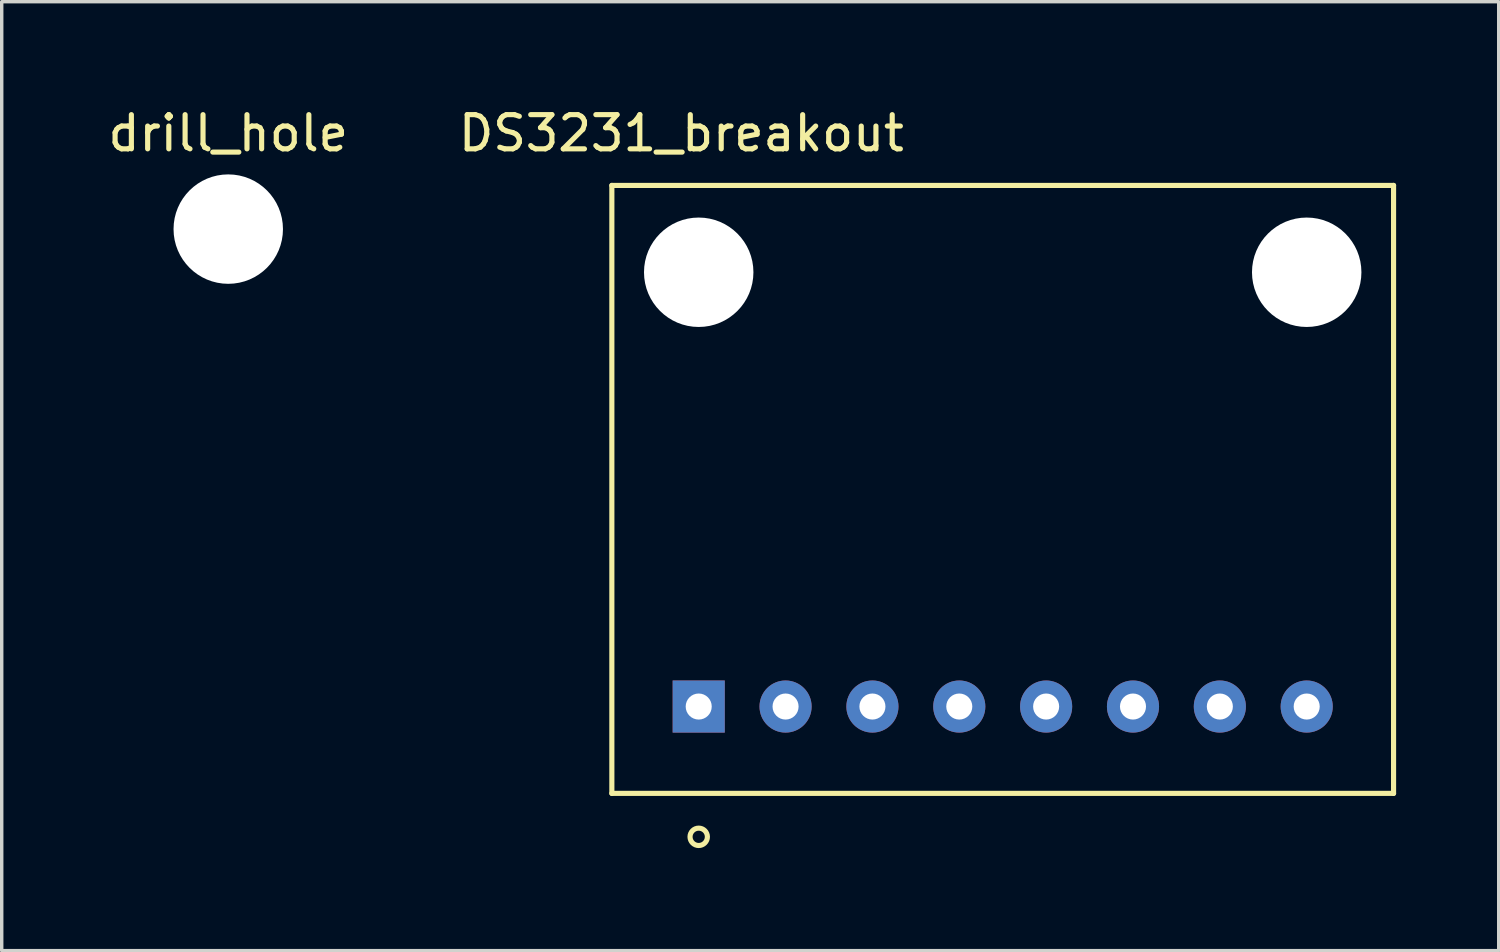
<source format=kicad_pcb>
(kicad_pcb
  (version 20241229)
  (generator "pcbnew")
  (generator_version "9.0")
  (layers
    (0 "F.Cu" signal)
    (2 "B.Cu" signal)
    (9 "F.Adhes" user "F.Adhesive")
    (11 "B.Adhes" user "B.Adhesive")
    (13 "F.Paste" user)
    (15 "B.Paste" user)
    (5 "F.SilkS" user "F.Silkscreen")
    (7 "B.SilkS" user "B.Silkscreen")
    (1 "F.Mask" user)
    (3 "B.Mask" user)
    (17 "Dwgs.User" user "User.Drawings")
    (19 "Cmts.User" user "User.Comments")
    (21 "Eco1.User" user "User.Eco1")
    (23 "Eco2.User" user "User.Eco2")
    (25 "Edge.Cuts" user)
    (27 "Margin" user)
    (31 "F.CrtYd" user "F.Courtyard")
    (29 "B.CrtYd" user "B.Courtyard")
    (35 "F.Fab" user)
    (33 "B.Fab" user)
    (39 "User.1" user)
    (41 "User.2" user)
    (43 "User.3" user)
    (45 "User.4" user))
  (footprint "drill_hole"
    (layer "F.Cu")
    (at 3.625 3.65)
    (property "Reference" "drill_hole" (at 0 -2.802 0) (layer "F.SilkS") (effects (font (size 1 1) (thickness 0.15))))
    (attr through_hole)
    (pad "" np_thru_hole circle (at 0 0) (size 3.2 3.2) (drill 3.2) (layers "*.Cu" "*.Mask")))
  (footprint "DS3231_breakout"
    (layer "F.Cu")
    (at 26.273 11.262)
    (property "Reference" "DS3231_breakout" (at -9.398 -10.414 0) (layer "F.SilkS") (effects (font (size 1 1) (thickness 0.15))))
    (attr through_hole)
    (fp_line (start -11.43 -8.89) (end 11.43 -8.89) (stroke (width 0.15) (type solid)) (layer "F.SilkS"))
    (fp_line (start -11.43 8.89) (end -11.43 -8.89) (stroke (width 0.15) (type solid)) (layer "F.SilkS"))
    (fp_line (start 11.43 -8.89) (end 11.43 8.89) (stroke (width 0.15) (type solid)) (layer "F.SilkS"))
    (fp_line (start 11.43 8.89) (end -11.43 8.89) (stroke (width 0.15) (type solid)) (layer "F.SilkS"))
    (fp_circle (center -8.89 10.16) (end -8.636 10.16) (stroke (width 0.15) (type solid)) (fill no) (layer "F.SilkS"))
    (pad "" np_thru_hole circle (at -8.89 -6.35) (size 3.2 3.2) (drill 3.2) (layers "*.Cu" "*.Mask"))
    (pad "" np_thru_hole circle (at 8.89 -6.35) (size 3.2 3.2) (drill 3.2) (layers "*.Cu" "*.Mask"))
    (pad "1" thru_hole rect (at -8.89 6.35) (size 1.524 1.524) (drill 0.762) (layers "*.Cu" "*.Mask"))
    (pad "2" thru_hole circle (at -6.35 6.35) (size 1.524 1.524) (drill 0.762) (layers "*.Cu" "*.Mask"))
    (pad "3" thru_hole circle (at -3.81 6.35) (size 1.524 1.524) (drill 0.762) (layers "*.Cu" "*.Mask"))
    (pad "4" thru_hole circle (at -1.27 6.35) (size 1.524 1.524) (drill 0.762) (layers "*.Cu" "*.Mask"))
    (pad "5" thru_hole circle (at 1.27 6.35) (size 1.524 1.524) (drill 0.762) (layers "*.Cu" "*.Mask"))
    (pad "6" thru_hole circle (at 3.81 6.35) (size 1.524 1.524) (drill 0.762) (layers "*.Cu" "*.Mask"))
    (pad "7" thru_hole circle (at 6.35 6.35) (size 1.524 1.524) (drill 0.762) (layers "*.Cu" "*.Mask"))
    (pad "8" thru_hole circle (at 8.89 6.35) (size 1.524 1.524) (drill 0.762) (layers "*.Cu" "*.Mask")))
  (gr_rect
    (start -3 -3)
    (end 40.778 24.751)
    (stroke (width 0.1) (type default))
    (fill no)
    (layer "Edge.Cuts")))
</source>
